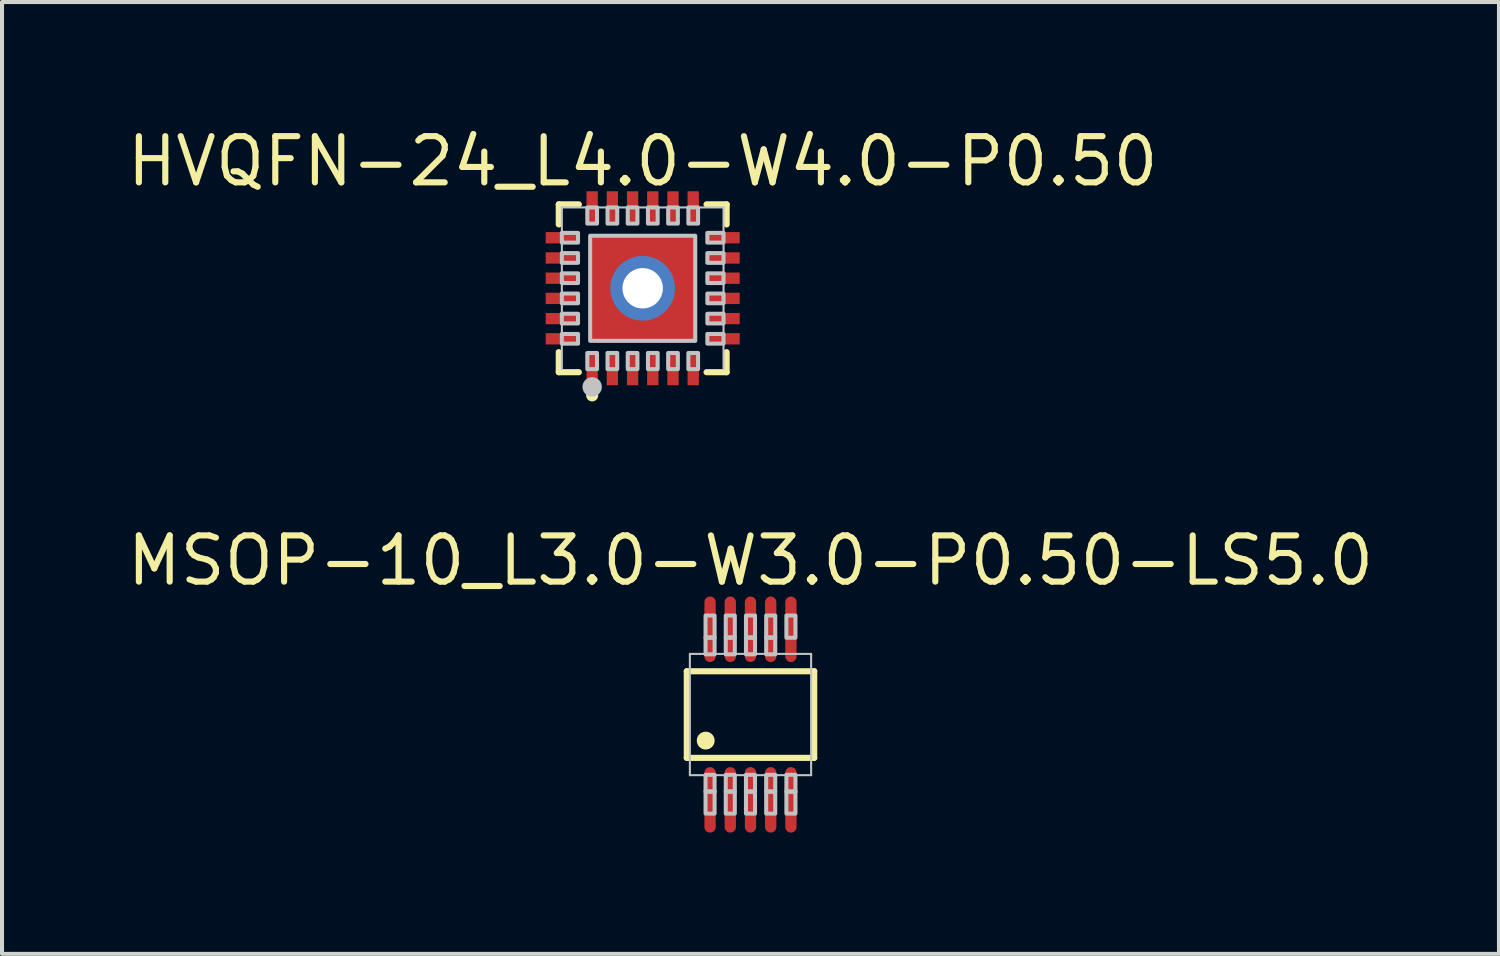
<source format=kicad_pcb>
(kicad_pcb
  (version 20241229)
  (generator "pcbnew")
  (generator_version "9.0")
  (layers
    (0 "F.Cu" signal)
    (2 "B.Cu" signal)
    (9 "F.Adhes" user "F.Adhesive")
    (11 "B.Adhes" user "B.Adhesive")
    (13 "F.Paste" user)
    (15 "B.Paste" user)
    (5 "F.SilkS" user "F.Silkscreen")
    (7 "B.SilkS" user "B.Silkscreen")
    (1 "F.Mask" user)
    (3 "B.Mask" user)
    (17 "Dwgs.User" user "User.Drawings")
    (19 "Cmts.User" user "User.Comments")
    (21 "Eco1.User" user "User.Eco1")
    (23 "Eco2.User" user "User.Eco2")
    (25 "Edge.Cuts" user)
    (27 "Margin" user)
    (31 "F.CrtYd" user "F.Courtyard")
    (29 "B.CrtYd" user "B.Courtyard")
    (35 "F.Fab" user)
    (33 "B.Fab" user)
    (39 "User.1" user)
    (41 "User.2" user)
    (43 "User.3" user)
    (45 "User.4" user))
  (footprint "MSOP-10_L3.0-W3.0-P0.50-LS5.0"
    (layer "F.Cu")
    (at 15.517 14.628)
    (property "Reference" "MSOP-10_L3.0-W3.0-P0.50-LS5.0" (at 0 -3.81 0) (layer "F.SilkS") (effects (font (size 1.143 1.143) (thickness 0.152))))
    (attr smd)
    (fp_line (start -1.576 -1.071) (end 1.576 -1.071) (stroke (width 0.152) (type solid)) (layer "F.SilkS"))
    (fp_line (start -1.576 1.071) (end -1.576 -1.071) (stroke (width 0.152) (type solid)) (layer "F.SilkS"))
    (fp_line (start 1.576 -1.071) (end 1.576 1.071) (stroke (width 0.152) (type solid)) (layer "F.SilkS"))
    (fp_line (start 1.576 1.071) (end -1.576 1.071) (stroke (width 0.152) (type solid)) (layer "F.SilkS"))
    (fp_circle (center -1.108 0.644) (end -0.937 0.644) (stroke (width 0.1) (type solid)) (fill yes) (layer "F.SilkS"))
    (fp_line (start -1.5 -1.5) (end 1.5 -1.5) (stroke (width 0.051) (type solid)) (layer "Dwgs.User"))
    (fp_line (start -1.5 1.5) (end -1.5 -1.5) (stroke (width 0.051) (type solid)) (layer "Dwgs.User"))
    (fp_line (start 1.5 -1.5) (end 1.5 1.5) (stroke (width 0.051) (type solid)) (layer "Dwgs.User"))
    (fp_line (start 1.5 1.5) (end -1.5 1.5) (stroke (width 0.051) (type solid)) (layer "Dwgs.User"))
    (fp_poly (pts (xy -1.112 -2.45) (xy -1.112 -1.9) (xy -0.888 -1.9) (xy -0.888 -2.45) (xy -1.112 -2.45)) (stroke (width 0.1) (type solid)) (fill no) (layer "Dwgs.User"))
    (fp_poly (pts (xy -1.112 -1.91) (xy -1.112 -1.49) (xy -0.888 -1.49) (xy -0.888 -1.91) (xy -1.112 -1.91)) (stroke (width 0.1) (type solid)) (fill no) (layer "Dwgs.User"))
    (fp_poly (pts (xy -1.112 1.91) (xy -1.112 1.49) (xy -0.888 1.49) (xy -0.888 1.91) (xy -1.112 1.91)) (stroke (width 0.1) (type solid)) (fill no) (layer "Dwgs.User"))
    (fp_poly (pts (xy -1.112 2.45) (xy -1.112 1.9) (xy -0.888 1.9) (xy -0.888 2.45) (xy -1.112 2.45)) (stroke (width 0.1) (type solid)) (fill no) (layer "Dwgs.User"))
    (fp_poly (pts (xy -0.612 -2.45) (xy -0.612 -1.9) (xy -0.388 -1.9) (xy -0.388 -2.45) (xy -0.612 -2.45)) (stroke (width 0.1) (type solid)) (fill no) (layer "Dwgs.User"))
    (fp_poly (pts (xy -0.612 -1.91) (xy -0.612 -1.49) (xy -0.388 -1.49) (xy -0.388 -1.91) (xy -0.612 -1.91)) (stroke (width 0.1) (type solid)) (fill no) (layer "Dwgs.User"))
    (fp_poly (pts (xy -0.612 1.91) (xy -0.612 1.49) (xy -0.388 1.49) (xy -0.388 1.91) (xy -0.612 1.91)) (stroke (width 0.1) (type solid)) (fill no) (layer "Dwgs.User"))
    (fp_poly (pts (xy -0.612 2.45) (xy -0.612 1.9) (xy -0.388 1.9) (xy -0.388 2.45) (xy -0.612 2.45)) (stroke (width 0.1) (type solid)) (fill no) (layer "Dwgs.User"))
    (fp_poly (pts (xy -0.112 -2.45) (xy -0.112 -1.9) (xy 0.112 -1.9) (xy 0.112 -2.45) (xy -0.112 -2.45)) (stroke (width 0.1) (type solid)) (fill no) (layer "Dwgs.User"))
    (fp_poly (pts (xy -0.112 -1.91) (xy -0.112 -1.49) (xy 0.112 -1.49) (xy 0.112 -1.91) (xy -0.112 -1.91)) (stroke (width 0.1) (type solid)) (fill no) (layer "Dwgs.User"))
    (fp_poly (pts (xy -0.112 1.91) (xy -0.112 1.49) (xy 0.112 1.49) (xy 0.112 1.91) (xy -0.112 1.91)) (stroke (width 0.1) (type solid)) (fill no) (layer "Dwgs.User"))
    (fp_poly (pts (xy -0.112 2.45) (xy -0.112 1.9) (xy 0.112 1.9) (xy 0.112 2.45) (xy -0.112 2.45)) (stroke (width 0.1) (type solid)) (fill no) (layer "Dwgs.User"))
    (fp_poly (pts (xy 0.388 -2.45) (xy 0.388 -1.9) (xy 0.612 -1.9) (xy 0.612 -2.45) (xy 0.388 -2.45)) (stroke (width 0.1) (type solid)) (fill no) (layer "Dwgs.User"))
    (fp_poly (pts (xy 0.388 -1.91) (xy 0.388 -1.49) (xy 0.612 -1.49) (xy 0.612 -1.91) (xy 0.388 -1.91)) (stroke (width 0.1) (type solid)) (fill no) (layer "Dwgs.User"))
    (fp_poly (pts (xy 0.388 1.91) (xy 0.388 1.49) (xy 0.612 1.49) (xy 0.612 1.91) (xy 0.388 1.91)) (stroke (width 0.1) (type solid)) (fill no) (layer "Dwgs.User"))
    (fp_poly (pts (xy 0.388 2.45) (xy 0.388 1.9) (xy 0.612 1.9) (xy 0.612 2.45) (xy 0.388 2.45)) (stroke (width 0.1) (type solid)) (fill no) (layer "Dwgs.User"))
    (fp_poly (pts (xy 0.888 -2.45) (xy 0.888 -1.9) (xy 1.112 -1.9) (xy 1.112 -2.45) (xy 0.888 -2.45)) (stroke (width 0.1) (type solid)) (fill no) (layer "Dwgs.User"))
    (fp_poly (pts (xy 0.888 1.91) (xy 0.888 1.49) (xy 1.112 1.49) (xy 1.112 1.91) (xy 0.888 1.91)) (stroke (width 0.1) (type solid)) (fill no) (layer "Dwgs.User"))
    (fp_poly (pts (xy 0.888 2.45) (xy 0.888 1.9) (xy 1.112 1.9) (xy 1.112 2.45) (xy 0.888 2.45)) (stroke (width 0.1) (type solid)) (fill no) (layer "Dwgs.User"))
    (pad "1" smd oval (at -1 2.11) (size 0.28 1.62) (layers "F.Cu" "F.Mask" "F.Paste"))
    (pad "2" smd oval (at -0.5 2.11) (size 0.28 1.62) (layers "F.Cu" "F.Mask" "F.Paste"))
    (pad "3" smd oval (at 0 2.11) (size 0.28 1.62) (layers "F.Cu" "F.Mask" "F.Paste"))
    (pad "4" smd oval (at 0.5 2.11) (size 0.28 1.62) (layers "F.Cu" "F.Mask" "F.Paste"))
    (pad "5" smd oval (at 1 2.11) (size 0.28 1.62) (layers "F.Cu" "F.Mask" "F.Paste"))
    (pad "6" smd oval (at 1 -2.11) (size 0.28 1.62) (layers "F.Cu" "F.Mask" "F.Paste"))
    (pad "7" smd oval (at 0.5 -2.11) (size 0.28 1.62) (layers "F.Cu" "F.Mask" "F.Paste"))
    (pad "8" smd oval (at 0 -2.11) (size 0.28 1.62) (layers "F.Cu" "F.Mask" "F.Paste"))
    (pad "9" smd oval (at -0.5 -2.11) (size 0.28 1.62) (layers "F.Cu" "F.Mask" "F.Paste"))
    (pad "10" smd oval (at -1 -2.11) (size 0.28 1.62) (layers "F.Cu" "F.Mask" "F.Paste")))
  (footprint "HVQFN-24_L4.0-W4.0-P0.50"
    (layer "F.Cu")
    (at 12.85 4.082)
    (property "Reference" "HVQFN-24_L4.0-W4.0-P0.50" (at 0 -3.81 0) (layer "F.SilkS") (effects (font (size 1.143 1.143) (thickness 0.152)) (justify top)))
    (attr smd)
    (fp_line (start -2.076 -2.076) (end -1.58 -2.076) (stroke (width 0.152) (type solid)) (layer "F.SilkS"))
    (fp_line (start -2.076 -1.58) (end -2.076 -2.076) (stroke (width 0.152) (type solid)) (layer "F.SilkS"))
    (fp_line (start -2.076 1.58) (end -2.076 2.076) (stroke (width 0.152) (type solid)) (layer "F.SilkS"))
    (fp_line (start -2.076 2.076) (end -1.58 2.076) (stroke (width 0.152) (type solid)) (layer "F.SilkS"))
    (fp_line (start 2.076 -2.076) (end 1.58 -2.076) (stroke (width 0.152) (type solid)) (layer "F.SilkS"))
    (fp_line (start 2.076 -1.58) (end 2.076 -2.076) (stroke (width 0.152) (type solid)) (layer "F.SilkS"))
    (fp_line (start 2.076 1.58) (end 2.076 2.076) (stroke (width 0.152) (type solid)) (layer "F.SilkS"))
    (fp_line (start 2.076 2.076) (end 1.58 2.076) (stroke (width 0.152) (type solid)) (layer "F.SilkS"))
    (fp_arc (start -1.175 2.657) (mid -1.325237 2.646343) (end -1.174675 2.650307) (stroke (width 0.15) (type solid)) (layer "F.SilkS"))
    (fp_line (start -2 -2) (end 2 -2) (stroke (width 0.051) (type solid)) (layer "Dwgs.User"))
    (fp_line (start -2 2) (end -2 -2) (stroke (width 0.051) (type solid)) (layer "Dwgs.User"))
    (fp_line (start 2 -2) (end 2 2) (stroke (width 0.051) (type solid)) (layer "Dwgs.User"))
    (fp_arc (start -1.13 2.445) (mid -1.370081 2.437661) (end -1.129896 2.439677) (stroke (width 0.24) (type solid)) (layer "Dwgs.User"))
    (fp_poly (pts (xy -1.6 -1.13) (xy -1.6 -1.37) (xy -2 -1.37) (xy -2 -1.13) (xy -1.6 -1.13)) (stroke (width 0.1) (type solid)) (fill no) (layer "Dwgs.User"))
    (fp_poly (pts (xy -1.6 -0.63) (xy -1.6 -0.87) (xy -2 -0.87) (xy -2 -0.63) (xy -1.6 -0.63)) (stroke (width 0.1) (type solid)) (fill no) (layer "Dwgs.User"))
    (fp_poly (pts (xy -1.6 -0.13) (xy -1.6 -0.37) (xy -2 -0.37) (xy -2 -0.13) (xy -1.6 -0.13)) (stroke (width 0.1) (type solid)) (fill no) (layer "Dwgs.User"))
    (fp_poly (pts (xy -1.6 0.37) (xy -1.6 0.13) (xy -2 0.13) (xy -2 0.37) (xy -1.6 0.37)) (stroke (width 0.1) (type solid)) (fill no) (layer "Dwgs.User"))
    (fp_poly (pts (xy -1.6 0.87) (xy -1.6 0.63) (xy -2 0.63) (xy -2 0.87) (xy -1.6 0.87)) (stroke (width 0.1) (type solid)) (fill no) (layer "Dwgs.User"))
    (fp_poly (pts (xy -1.6 1.37) (xy -1.6 1.13) (xy -2 1.13) (xy -2 1.37) (xy -1.6 1.37)) (stroke (width 0.1) (type solid)) (fill no) (layer "Dwgs.User"))
    (fp_poly (pts (xy -1.37 -2) (xy -1.37 -1.6) (xy -1.13 -1.6) (xy -1.13 -2) (xy -1.37 -2)) (stroke (width 0.1) (type solid)) (fill no) (layer "Dwgs.User"))
    (fp_poly (pts (xy -1.37 2) (xy -1.37 1.6) (xy -1.13 1.6) (xy -1.13 2) (xy -1.37 2)) (stroke (width 0.1) (type solid)) (fill no) (layer "Dwgs.User"))
    (fp_poly (pts (xy -1.3 -1.3) (xy 1.3 -1.3) (xy 1.3 1.3) (xy -1.3 1.3) (xy -1.3 -1.3)) (stroke (width 0.1) (type solid)) (fill no) (layer "Dwgs.User"))
    (fp_poly (pts (xy -0.87 -2) (xy -0.87 -1.6) (xy -0.63 -1.6) (xy -0.63 -2) (xy -0.87 -2)) (stroke (width 0.1) (type solid)) (fill no) (layer "Dwgs.User"))
    (fp_poly (pts (xy -0.87 2) (xy -0.87 1.6) (xy -0.63 1.6) (xy -0.63 2) (xy -0.87 2)) (stroke (width 0.1) (type solid)) (fill no) (layer "Dwgs.User"))
    (fp_poly (pts (xy -0.37 -2) (xy -0.37 -1.6) (xy -0.13 -1.6) (xy -0.13 -2) (xy -0.37 -2)) (stroke (width 0.1) (type solid)) (fill no) (layer "Dwgs.User"))
    (fp_poly (pts (xy -0.37 2) (xy -0.37 1.6) (xy -0.13 1.6) (xy -0.13 2) (xy -0.37 2)) (stroke (width 0.1) (type solid)) (fill no) (layer "Dwgs.User"))
    (fp_poly (pts (xy 0.13 -2) (xy 0.13 -1.6) (xy 0.37 -1.6) (xy 0.37 -2) (xy 0.13 -2)) (stroke (width 0.1) (type solid)) (fill no) (layer "Dwgs.User"))
    (fp_poly (pts (xy 0.13 2) (xy 0.13 1.6) (xy 0.37 1.6) (xy 0.37 2) (xy 0.13 2)) (stroke (width 0.1) (type solid)) (fill no) (layer "Dwgs.User"))
    (fp_poly (pts (xy 0.63 -2) (xy 0.63 -1.6) (xy 0.87 -1.6) (xy 0.87 -2) (xy 0.63 -2)) (stroke (width 0.1) (type solid)) (fill no) (layer "Dwgs.User"))
    (fp_poly (pts (xy 0.63 2) (xy 0.63 1.6) (xy 0.87 1.6) (xy 0.87 2) (xy 0.63 2)) (stroke (width 0.1) (type solid)) (fill no) (layer "Dwgs.User"))
    (fp_poly (pts (xy 1.13 -2) (xy 1.13 -1.6) (xy 1.37 -1.6) (xy 1.37 -2) (xy 1.13 -2)) (stroke (width 0.1) (type solid)) (fill no) (layer "Dwgs.User"))
    (fp_poly (pts (xy 1.13 2) (xy 1.13 1.6) (xy 1.37 1.6) (xy 1.37 2) (xy 1.13 2)) (stroke (width 0.1) (type solid)) (fill no) (layer "Dwgs.User"))
    (fp_poly (pts (xy 1.6 -1.13) (xy 1.6 -1.37) (xy 2 -1.37) (xy 2 -1.13) (xy 1.6 -1.13)) (stroke (width 0.1) (type solid)) (fill no) (layer "Dwgs.User"))
    (fp_poly (pts (xy 1.6 -0.63) (xy 1.6 -0.87) (xy 2 -0.87) (xy 2 -0.63) (xy 1.6 -0.63)) (stroke (width 0.1) (type solid)) (fill no) (layer "Dwgs.User"))
    (fp_poly (pts (xy 1.6 -0.13) (xy 1.6 -0.37) (xy 2 -0.37) (xy 2 -0.13) (xy 1.6 -0.13)) (stroke (width 0.1) (type solid)) (fill no) (layer "Dwgs.User"))
    (fp_poly (pts (xy 1.6 0.37) (xy 1.6 0.13) (xy 2 0.13) (xy 2 0.37) (xy 1.6 0.37)) (stroke (width 0.1) (type solid)) (fill no) (layer "Dwgs.User"))
    (fp_poly (pts (xy 1.6 0.87) (xy 1.6 0.63) (xy 2 0.63) (xy 2 0.87) (xy 1.6 0.87)) (stroke (width 0.1) (type solid)) (fill no) (layer "Dwgs.User"))
    (fp_poly (pts (xy 1.6 1.37) (xy 1.6 1.13) (xy 2 1.13) (xy 2 1.37) (xy 1.6 1.37)) (stroke (width 0.1) (type solid)) (fill no) (layer "Dwgs.User"))
    (pad "1" smd rect (at -1.25 2) (size 0.28 0.8) (layers "F.Cu" "F.Mask" "F.Paste"))
    (pad "2" smd rect (at -0.75 2) (size 0.28 0.8) (layers "F.Cu" "F.Mask" "F.Paste"))
    (pad "3" smd rect (at -0.25 2) (size 0.28 0.8) (layers "F.Cu" "F.Mask" "F.Paste"))
    (pad "4" smd rect (at 0.25 2) (size 0.28 0.8) (layers "F.Cu" "F.Mask" "F.Paste"))
    (pad "5" smd rect (at 0.75 2) (size 0.28 0.8) (layers "F.Cu" "F.Mask" "F.Paste"))
    (pad "6" smd rect (at 1.25 2) (size 0.28 0.8) (layers "F.Cu" "F.Mask" "F.Paste"))
    (pad "7" smd rect (at 2 1.25) (size 0.8 0.28) (layers "F.Cu" "F.Mask" "F.Paste"))
    (pad "8" smd rect (at 2 0.75) (size 0.8 0.28) (layers "F.Cu" "F.Mask" "F.Paste"))
    (pad "9" smd rect (at 2 0.25) (size 0.8 0.28) (layers "F.Cu" "F.Mask" "F.Paste"))
    (pad "10" smd rect (at 2 -0.25) (size 0.8 0.28) (layers "F.Cu" "F.Mask" "F.Paste"))
    (pad "11" smd rect (at 2 -0.75) (size 0.8 0.28) (layers "F.Cu" "F.Mask" "F.Paste"))
    (pad "12" smd rect (at 2 -1.25) (size 0.8 0.28) (layers "F.Cu" "F.Mask" "F.Paste"))
    (pad "13" smd rect (at 1.25 -2) (size 0.28 0.8) (layers "F.Cu" "F.Mask" "F.Paste"))
    (pad "14" smd rect (at 0.75 -2) (size 0.28 0.8) (layers "F.Cu" "F.Mask" "F.Paste"))
    (pad "15" smd rect (at 0.25 -2) (size 0.28 0.8) (layers "F.Cu" "F.Mask" "F.Paste"))
    (pad "16" smd rect (at -0.25 -2) (size 0.28 0.8) (layers "F.Cu" "F.Mask" "F.Paste"))
    (pad "17" smd rect (at -0.75 -2) (size 0.28 0.8) (layers "F.Cu" "F.Mask" "F.Paste"))
    (pad "18" smd rect (at -1.25 -2) (size 0.28 0.8) (layers "F.Cu" "F.Mask" "F.Paste"))
    (pad "19" smd rect (at -2 -1.25) (size 0.8 0.28) (layers "F.Cu" "F.Mask" "F.Paste"))
    (pad "20" smd rect (at -2 -0.75) (size 0.8 0.28) (layers "F.Cu" "F.Mask" "F.Paste"))
    (pad "21" smd rect (at -2 -0.25) (size 0.8 0.28) (layers "F.Cu" "F.Mask" "F.Paste"))
    (pad "22" smd rect (at -2 0.25) (size 0.8 0.28) (layers "F.Cu" "F.Mask" "F.Paste"))
    (pad "23" smd rect (at -2 0.75) (size 0.8 0.28) (layers "F.Cu" "F.Mask" "F.Paste"))
    (pad "24" smd rect (at -2 1.25) (size 0.8 0.28) (layers "F.Cu" "F.Mask" "F.Paste"))
    (pad "25" thru_hole circle (at 0 0) (size 1.6 1.6) (drill 1) (layers "*.Cu" "*.Mask"))
    (pad "25" smd rect (at 0 0) (size 2.6 2.6) (layers "F.Cu" "F.Mask" "F.Paste")))
  (gr_rect
    (start -3 -3)
    (end 34.034 20.548)
    (stroke (width 0.1) (type default))
    (fill no)
    (layer "Edge.Cuts")))
</source>
